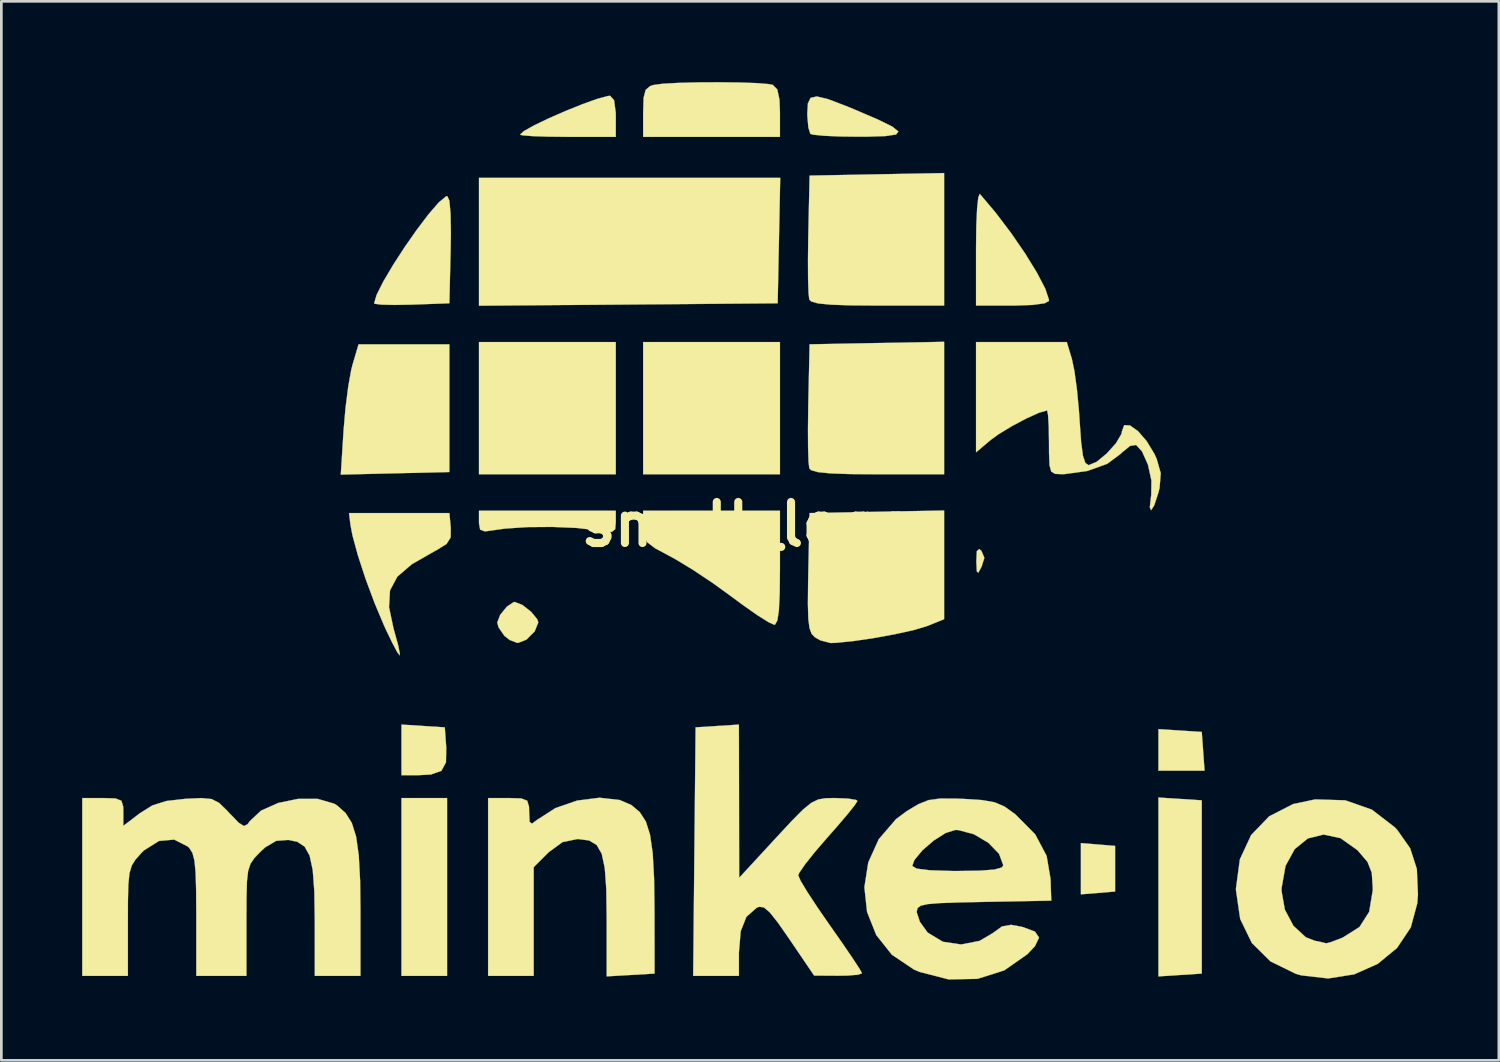
<source format=kicad_pcb>
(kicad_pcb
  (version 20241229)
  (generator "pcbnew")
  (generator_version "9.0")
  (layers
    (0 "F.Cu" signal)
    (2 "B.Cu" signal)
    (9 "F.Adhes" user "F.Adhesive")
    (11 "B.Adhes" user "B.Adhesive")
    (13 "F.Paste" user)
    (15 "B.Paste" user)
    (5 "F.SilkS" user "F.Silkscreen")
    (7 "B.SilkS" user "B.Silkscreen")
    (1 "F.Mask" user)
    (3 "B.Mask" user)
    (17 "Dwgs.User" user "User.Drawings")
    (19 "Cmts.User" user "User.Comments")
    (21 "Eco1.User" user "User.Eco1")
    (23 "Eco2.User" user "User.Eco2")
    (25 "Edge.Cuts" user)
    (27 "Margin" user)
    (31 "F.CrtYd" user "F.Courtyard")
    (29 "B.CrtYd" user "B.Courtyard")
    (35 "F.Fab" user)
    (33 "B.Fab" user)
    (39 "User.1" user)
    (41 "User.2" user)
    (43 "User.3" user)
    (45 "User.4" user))
  (footprint "small_logo"
    (layer "F.Cu")
    (at 24.728 16.425)
    (property "Reference" "small_logo" (at 0 0 0) (layer "F.SilkS") (effects (font (size 1.524 1.524) (thickness 0.3))))
    (attr through_hole)
    (fp_poly (pts (xy -11.176 16.764) (xy -12.869 16.764) (xy -12.869 10.16) (xy -11.176 10.16) (xy -11.176 16.764)) (stroke (width 0.01) (type solid)) (fill yes) (layer "F.SilkS"))
    (fp_poly (pts (xy -4.911 -1.863) (xy -9.991 -1.863) (xy -9.991 -6.773) (xy -4.911 -6.773) (xy -4.911 -1.863)) (stroke (width 0.01) (type solid)) (fill yes) (layer "F.SilkS"))
    (fp_poly (pts (xy 1.185 -1.863) (xy -3.895 -1.863) (xy -3.895 -6.773) (xy 1.185 -6.773) (xy 1.185 -1.863)) (stroke (width 0.01) (type solid)) (fill yes) (layer "F.SilkS"))
    (fp_poly (pts (xy 1.148 -10.541) (xy 1.101 -8.213) (xy -9.991 -8.123) (xy -9.991 -12.869) (xy 1.195 -12.869) (xy 1.148 -10.541)) (stroke (width 0.01) (type solid)) (fill yes) (layer "F.SilkS"))
    (fp_poly (pts (xy 12.996 11.885) (xy 13.631 11.938) (xy 13.631 13.631) (xy 12.361 13.736) (xy 12.361 11.833) (xy 12.996 11.885)) (stroke (width 0.01) (type solid)) (fill yes) (layer "F.SilkS"))
    (fp_poly (pts (xy 16.044 7.653) (xy 16.849 7.705) (xy 16.901 8.424) (xy 16.953 9.144) (xy 15.24 9.144) (xy 15.24 7.601) (xy 16.044 7.653)) (stroke (width 0.01) (type solid)) (fill yes) (layer "F.SilkS"))
    (fp_poly (pts (xy 16.044 10.193) (xy 16.849 10.245) (xy 16.849 16.679) (xy 16.044 16.731) (xy 15.24 16.783) (xy 15.24 10.141) (xy 16.044 10.193)) (stroke (width 0.01) (type solid)) (fill yes) (layer "F.SilkS"))
    (fp_poly (pts (xy -12.065 7.484) (xy -11.261 7.535) (xy -11.207 8.281) (xy -11.217 8.836) (xy -11.388 9.15) (xy -11.782 9.287) (xy -12.234 9.311) (xy -12.869 9.313) (xy -12.869 7.432) (xy -12.065 7.484)) (stroke (width 0.01) (type solid)) (fill yes) (layer "F.SilkS"))
    (fp_poly (pts (xy 8.664 0.977) (xy 8.776 1.238) (xy 8.676 1.561) (xy 8.552 1.79) (xy 8.497 1.75) (xy 8.479 1.406) (xy 8.478 1.363) (xy 8.496 0.993) (xy 8.585 0.915) (xy 8.664 0.977)) (stroke (width 0.01) (type solid)) (fill yes) (layer "F.SilkS"))
    (fp_poly (pts (xy -11.091 -1.947) (xy -13.107 -1.899) (xy -15.123 -1.851) (xy -15.018 -3.508) (xy -14.947 -4.326) (xy -14.848 -5.109) (xy -14.737 -5.733) (xy -14.688 -5.927) (xy -14.463 -6.689) (xy -11.091 -6.689) (xy -11.091 -1.947)) (stroke (width 0.01) (type solid)) (fill yes) (layer "F.SilkS"))
    (fp_poly (pts (xy -8.379 2.99) (xy -8.054 3.245) (xy -7.825 3.524) (xy -7.789 3.638) (xy -7.924 3.974) (xy -8.23 4.277) (xy -8.551 4.403) (xy -8.849 4.292) (xy -9.047 4.137) (xy -9.263 3.825) (xy -9.313 3.641) (xy -9.203 3.356) (xy -8.956 3.054) (xy -8.701 2.884) (xy -8.662 2.879) (xy -8.379 2.99)) (stroke (width 0.01) (type solid)) (fill yes) (layer "F.SilkS"))
    (fp_poly (pts (xy 7.281 -8.128) (xy 4.821 -8.128) (xy 3.794 -8.136) (xy 3.066 -8.162) (xy 2.596 -8.209) (xy 2.344 -8.281) (xy 2.275 -8.349) (xy 2.247 -8.594) (xy 2.23 -9.106) (xy 2.226 -9.813) (xy 2.236 -10.644) (xy 2.238 -10.762) (xy 2.286 -12.954) (xy 4.784 -13.001) (xy 7.281 -13.048) (xy 7.281 -8.128)) (stroke (width 0.01) (type solid)) (fill yes) (layer "F.SilkS"))
    (fp_poly (pts (xy 7.281 -1.863) (xy 4.821 -1.863) (xy 3.794 -1.87) (xy 3.066 -1.896) (xy 2.596 -1.943) (xy 2.344 -2.015) (xy 2.275 -2.083) (xy 2.247 -2.329) (xy 2.23 -2.841) (xy 2.226 -3.548) (xy 2.236 -4.379) (xy 2.238 -4.496) (xy 2.286 -6.689) (xy 4.784 -6.736) (xy 7.281 -6.782) (xy 7.281 -1.863)) (stroke (width 0.01) (type solid)) (fill yes) (layer "F.SilkS"))
    (fp_poly (pts (xy -4.911 -0.083) (xy -4.933 0.178) (xy -5.063 0.278) (xy -5.39 0.255) (xy -5.63 0.214) (xy -6.361 0.13) (xy -7.267 0.092) (xy -8.202 0.099) (xy -9.023 0.154) (xy -9.356 0.201) (xy -9.769 0.258) (xy -9.948 0.193) (xy -9.99 -0.04) (xy -9.991 -0.095) (xy -9.991 -0.508) (xy -4.911 -0.508) (xy -4.911 -0.083)) (stroke (width 0.01) (type solid)) (fill yes) (layer "F.SilkS"))
    (fp_poly (pts (xy -4.975 -15.756) (xy -4.912 -15.285) (xy -4.911 -15.155) (xy -4.911 -14.393) (xy -6.689 -14.393) (xy -7.419 -14.401) (xy -8.003 -14.42) (xy -8.373 -14.449) (xy -8.467 -14.475) (xy -8.321 -14.609) (xy -7.936 -14.824) (xy -7.391 -15.085) (xy -6.766 -15.358) (xy -6.141 -15.61) (xy -5.595 -15.805) (xy -5.208 -15.909) (xy -5.122 -15.917) (xy -4.975 -15.756)) (stroke (width 0.01) (type solid)) (fill yes) (layer "F.SilkS"))
    (fp_poly (pts (xy -0.313 -16.411) (xy 0.336 -16.388) (xy 0.784 -16.351) (xy 0.917 -16.323) (xy 1.087 -16.152) (xy 1.169 -15.763) (xy 1.185 -15.307) (xy 1.185 -14.393) (xy -3.895 -14.393) (xy -3.895 -15.305) (xy -3.878 -15.844) (xy -3.803 -16.137) (xy -3.636 -16.278) (xy -3.514 -16.319) (xy -3.17 -16.365) (xy -2.59 -16.397) (xy -1.863 -16.416) (xy -1.075 -16.42) (xy -0.313 -16.411)) (stroke (width 0.01) (type solid)) (fill yes) (layer "F.SilkS"))
    (fp_poly (pts (xy 8.612 -12.268) (xy 9.192 -11.582) (xy 9.766 -10.824) (xy 10.292 -10.058) (xy 10.729 -9.348) (xy 11.037 -8.757) (xy 11.173 -8.35) (xy 11.176 -8.303) (xy 11.016 -8.213) (xy 10.569 -8.152) (xy 9.887 -8.128) (xy 9.821 -8.128) (xy 8.467 -8.128) (xy 8.467 -10.279) (xy 8.477 -11.091) (xy 8.506 -11.73) (xy 8.55 -12.141) (xy 8.605 -12.274) (xy 8.612 -12.268)) (stroke (width 0.01) (type solid)) (fill yes) (layer "F.SilkS"))
    (fp_poly (pts (xy -11.092 -12.027) (xy -11.047 -11.548) (xy -11.035 -10.778) (xy -11.044 -10.202) (xy -11.091 -8.213) (xy -12.488 -8.163) (xy -13.128 -8.152) (xy -13.613 -8.163) (xy -13.866 -8.195) (xy -13.885 -8.211) (xy -13.792 -8.527) (xy -13.542 -9.024) (xy -13.18 -9.637) (xy -12.749 -10.302) (xy -12.294 -10.952) (xy -11.859 -11.525) (xy -11.488 -11.954) (xy -11.225 -12.175) (xy -11.168 -12.192) (xy -11.092 -12.027)) (stroke (width 0.01) (type solid)) (fill yes) (layer "F.SilkS"))
    (fp_poly (pts (xy 7.281 3.519) (xy 6.633 3.779) (xy 6.162 3.92) (xy 5.472 4.073) (xy 4.68 4.218) (xy 3.906 4.332) (xy 3.268 4.396) (xy 3.068 4.403) (xy 2.689 4.306) (xy 2.482 4.189) (xy 2.362 4.063) (xy 2.283 3.852) (xy 2.238 3.5) (xy 2.223 2.947) (xy 2.231 2.134) (xy 2.238 1.776) (xy 2.286 -0.423) (xy 4.784 -0.47) (xy 7.281 -0.517) (xy 7.281 3.519)) (stroke (width 0.01) (type solid)) (fill yes) (layer "F.SilkS"))
    (fp_poly (pts (xy 2.97 -15.793) (xy 3.619 -15.547) (xy 3.966 -15.404) (xy 4.82 -15.038) (xy 5.358 -14.773) (xy 5.584 -14.593) (xy 5.499 -14.481) (xy 5.108 -14.422) (xy 4.412 -14.4) (xy 4.135 -14.399) (xy 3.405 -14.407) (xy 2.807 -14.434) (xy 2.418 -14.474) (xy 2.314 -14.506) (xy 2.241 -14.735) (xy 2.203 -15.158) (xy 2.201 -15.268) (xy 2.223 -15.634) (xy 2.324 -15.841) (xy 2.556 -15.893) (xy 2.97 -15.793)) (stroke (width 0.01) (type solid)) (fill yes) (layer "F.SilkS"))
    (fp_poly (pts (xy 1.185 1.609) (xy 1.176 2.547) (xy 1.146 3.186) (xy 1.09 3.563) (xy 1.006 3.716) (xy 0.974 3.725) (xy 0.756 3.627) (xy 0.34 3.365) (xy -0.205 2.982) (xy -0.593 2.694) (xy -1.305 2.179) (xy -2.049 1.683) (xy -2.704 1.286) (xy -2.921 1.169) (xy -3.451 0.884) (xy -3.744 0.662) (xy -3.868 0.425) (xy -3.895 0.096) (xy -3.895 0.082) (xy -3.895 -0.508) (xy 1.185 -0.508) (xy 1.185 1.609)) (stroke (width 0.01) (type solid)) (fill yes) (layer "F.SilkS"))
    (fp_poly (pts (xy -11.039 0.118) (xy -11.043 0.48) (xy -11.194 0.723) (xy -11.573 0.959) (xy -11.651 0.999) (xy -12.487 1.478) (xy -13.025 1.941) (xy -13.296 2.451) (xy -13.332 3.073) (xy -13.164 3.868) (xy -13.13 3.987) (xy -12.998 4.465) (xy -12.932 4.787) (xy -12.934 4.863) (xy -13.024 4.747) (xy -13.212 4.393) (xy -13.462 3.873) (xy -13.509 3.77) (xy -13.863 2.932) (xy -14.201 2.024) (xy -14.488 1.147) (xy -14.69 0.403) (xy -14.766 0) (xy -14.817 -0.423) (xy -11.091 -0.423) (xy -11.039 0.118)) (stroke (width 0.01) (type solid)) (fill yes) (layer "F.SilkS"))
    (fp_poly (pts (xy -4.763 10.234) (xy -4.329 10.422) (xy -4.021 10.682) (xy -3.794 11.033) (xy -3.638 11.526) (xy -3.54 12.211) (xy -3.489 13.137) (xy -3.475 14.224) (xy -3.471 16.679) (xy -4.36 16.731) (xy -5.249 16.782) (xy -5.249 14.609) (xy -5.264 13.537) (xy -5.32 12.759) (xy -5.433 12.229) (xy -5.621 11.903) (xy -5.899 11.736) (xy -6.286 11.685) (xy -6.347 11.684) (xy -6.889 11.796) (xy -7.403 12.171) (xy -7.438 12.205) (xy -7.959 12.726) (xy -7.959 16.764) (xy -9.652 16.764) (xy -9.652 10.16) (xy -8.89 10.16) (xy -8.422 10.174) (xy -8.2 10.259) (xy -8.133 10.48) (xy -8.128 10.694) (xy -8.111 11.046) (xy -8.021 11.111) (xy -7.832 10.969) (xy -7.152 10.533) (xy -6.345 10.254) (xy -5.514 10.149) (xy -4.763 10.234)) (stroke (width 0.01) (type solid)) (fill yes) (layer "F.SilkS"))
    (fp_poly (pts (xy -0.334 10.278) (xy -0.33 13.123) (xy 1.036 11.642) (xy 1.618 11.015) (xy 2.033 10.596) (xy 2.342 10.343) (xy 2.607 10.213) (xy 2.891 10.166) (xy 3.233 10.16) (xy 3.711 10.18) (xy 4.011 10.23) (xy 4.064 10.268) (xy 3.958 10.432) (xy 3.673 10.787) (xy 3.258 11.272) (xy 2.963 11.606) (xy 2.492 12.152) (xy 2.121 12.617) (xy 1.901 12.938) (xy 1.863 13.032) (xy 1.956 13.24) (xy 2.21 13.661) (xy 2.586 14.233) (xy 3.045 14.897) (xy 3.048 14.901) (xy 3.506 15.554) (xy 3.881 16.104) (xy 4.136 16.494) (xy 4.233 16.668) (xy 4.233 16.669) (xy 4.081 16.721) (xy 3.688 16.753) (xy 3.344 16.758) (xy 2.455 16.753) (xy 1.544 15.41) (xy 1.108 14.784) (xy 0.804 14.402) (xy 0.588 14.221) (xy 0.414 14.197) (xy 0.32 14.234) (xy -0.06 14.569) (xy -0.272 15.105) (xy -0.339 15.901) (xy -0.339 15.906) (xy -0.339 16.764) (xy -2.037 16.764) (xy -1.992 12.15) (xy -1.947 7.535) (xy -1.143 7.484) (xy -0.339 7.432) (xy -0.334 10.278)) (stroke (width 0.01) (type solid)) (fill yes) (layer "F.SilkS"))
    (fp_poly (pts (xy 22.18 10.245) (xy 23.167 10.592) (xy 24.018 11.247) (xy 24.11 11.345) (xy 24.589 12.028) (xy 24.837 12.798) (xy 24.877 13.744) (xy 24.852 14.071) (xy 24.609 14.968) (xy 24.1 15.728) (xy 23.382 16.318) (xy 22.511 16.706) (xy 21.546 16.859) (xy 20.541 16.744) (xy 20.341 16.686) (xy 19.402 16.227) (xy 18.708 15.541) (xy 18.276 14.651) (xy 18.124 13.61) (xy 19.812 13.61) (xy 19.933 14.302) (xy 20.254 14.907) (xy 20.712 15.329) (xy 21.045 15.46) (xy 21.36 15.526) (xy 21.468 15.556) (xy 21.639 15.512) (xy 21.999 15.376) (xy 22.081 15.343) (xy 22.705 14.951) (xy 23.067 14.383) (xy 23.197 13.594) (xy 23.199 13.492) (xy 23.162 12.931) (xy 23.003 12.531) (xy 22.652 12.119) (xy 22.623 12.09) (xy 22 11.649) (xy 21.371 11.515) (xy 20.788 11.66) (xy 20.3 12.057) (xy 19.959 12.68) (xy 19.814 13.5) (xy 19.812 13.61) (xy 18.124 13.61) (xy 18.119 13.576) (xy 18.119 13.521) (xy 18.264 12.437) (xy 18.684 11.533) (xy 19.352 10.839) (xy 20.245 10.382) (xy 21.062 10.211) (xy 22.18 10.245)) (stroke (width 0.01) (type solid)) (fill yes) (layer "F.SilkS"))
    (fp_poly (pts (xy 12.028 -6.138) (xy 12.122 -5.686) (xy 12.214 -5.011) (xy 12.288 -4.226) (xy 12.313 -3.852) (xy 12.369 -3.057) (xy 12.437 -2.55) (xy 12.526 -2.282) (xy 12.648 -2.201) (xy 12.651 -2.201) (xy 12.948 -2.327) (xy 13.319 -2.633) (xy 13.66 -3.011) (xy 13.865 -3.356) (xy 13.885 -3.458) (xy 13.969 -3.688) (xy 14.185 -3.676) (xy 14.479 -3.466) (xy 14.799 -3.1) (xy 15.09 -2.62) (xy 15.175 -2.434) (xy 15.326 -1.902) (xy 15.283 -1.361) (xy 15.238 -1.179) (xy 15.084 -0.71) (xy 14.969 -0.527) (xy 14.92 -0.639) (xy 14.967 -1.056) (xy 14.973 -1.092) (xy 14.98 -1.631) (xy 14.852 -2.217) (xy 14.631 -2.712) (xy 14.411 -2.952) (xy 14.188 -2.916) (xy 13.887 -2.674) (xy 13.843 -2.626) (xy 13.335 -2.25) (xy 12.601 -1.986) (xy 11.75 -1.869) (xy 11.642 -1.867) (xy 11.399 -1.878) (xy 11.259 -1.964) (xy 11.195 -2.201) (xy 11.177 -2.661) (xy 11.176 -3.048) (xy 11.167 -3.632) (xy 11.142 -4.056) (xy 11.108 -4.232) (xy 11.105 -4.233) (xy 10.81 -4.15) (xy 10.34 -3.938) (xy 9.803 -3.654) (xy 9.309 -3.354) (xy 9.016 -3.141) (xy 8.467 -2.679) (xy 8.467 -6.773) (xy 11.837 -6.773) (xy 12.028 -6.138)) (stroke (width 0.01) (type solid)) (fill yes) (layer "F.SilkS"))
    (fp_poly (pts (xy 7.741 10.182) (xy 7.986 10.191) (xy 8.684 10.235) (xy 9.157 10.318) (xy 9.523 10.475) (xy 9.894 10.74) (xy 9.933 10.771) (xy 10.665 11.509) (xy 11.089 12.309) (xy 11.233 13.164) (xy 11.261 13.97) (xy 8.763 14.017) (xy 7.796 14.037) (xy 7.117 14.062) (xy 6.675 14.098) (xy 6.42 14.155) (xy 6.301 14.239) (xy 6.267 14.358) (xy 6.265 14.406) (xy 6.38 14.755) (xy 6.658 15.14) (xy 6.681 15.163) (xy 7.234 15.497) (xy 7.914 15.598) (xy 8.599 15.464) (xy 9.08 15.181) (xy 9.434 14.927) (xy 9.77 14.868) (xy 10.19 14.947) (xy 10.656 15.119) (xy 10.807 15.343) (xy 10.652 15.664) (xy 10.372 15.961) (xy 9.513 16.56) (xy 8.52 16.874) (xy 7.451 16.895) (xy 6.367 16.616) (xy 6.154 16.524) (xy 5.34 15.977) (xy 4.761 15.246) (xy 4.42 14.39) (xy 4.321 13.471) (xy 4.444 12.683) (xy 6.096 12.683) (xy 6.263 12.781) (xy 6.762 12.843) (xy 7.586 12.869) (xy 7.789 12.869) (xy 8.62 12.857) (xy 9.151 12.815) (xy 9.423 12.74) (xy 9.479 12.658) (xy 9.321 12.23) (xy 8.925 11.822) (xy 8.39 11.505) (xy 7.813 11.35) (xy 7.699 11.345) (xy 7.338 11.457) (xy 6.897 11.737) (xy 6.476 12.1) (xy 6.178 12.46) (xy 6.096 12.683) (xy 4.444 12.683) (xy 4.465 12.55) (xy 4.855 11.688) (xy 5.494 10.945) (xy 5.892 10.647) (xy 6.332 10.385) (xy 6.705 10.237) (xy 7.134 10.178) (xy 7.741 10.182)) (stroke (width 0.01) (type solid)) (fill yes) (layer "F.SilkS"))
    (fp_poly (pts (xy -23.492 10.174) (xy -23.27 10.26) (xy -23.203 10.477) (xy -23.199 10.677) (xy -23.199 11.193) (xy -22.586 10.726) (xy -22.118 10.433) (xy -21.595 10.269) (xy -20.891 10.189) (xy -20.296 10.161) (xy -19.92 10.198) (xy -19.644 10.338) (xy -19.352 10.621) (xy -19.254 10.726) (xy -18.915 11.077) (xy -18.717 11.201) (xy -18.58 11.129) (xy -18.509 11.026) (xy -18.085 10.628) (xy -17.447 10.343) (xy -16.708 10.191) (xy -15.979 10.192) (xy -15.372 10.368) (xy -15.26 10.436) (xy -14.945 10.716) (xy -14.713 11.085) (xy -14.554 11.593) (xy -14.455 12.293) (xy -14.405 13.234) (xy -14.393 14.303) (xy -14.393 16.764) (xy -16.087 16.764) (xy -16.089 14.69) (xy -16.106 13.617) (xy -16.165 12.835) (xy -16.279 12.3) (xy -16.465 11.965) (xy -16.737 11.784) (xy -17.066 11.715) (xy -17.523 11.749) (xy -17.932 11.992) (xy -18.121 12.168) (xy -18.333 12.39) (xy -18.476 12.599) (xy -18.563 12.864) (xy -18.608 13.256) (xy -18.624 13.845) (xy -18.627 14.701) (xy -18.627 16.764) (xy -20.489 16.764) (xy -20.489 14.504) (xy -20.495 13.569) (xy -20.515 12.913) (xy -20.558 12.477) (xy -20.631 12.2) (xy -20.741 12.022) (xy -20.799 11.964) (xy -21.309 11.703) (xy -21.873 11.753) (xy -22.432 12.104) (xy -22.538 12.21) (xy -22.746 12.444) (xy -22.885 12.666) (xy -22.969 12.947) (xy -23.012 13.36) (xy -23.027 13.975) (xy -23.029 14.75) (xy -23.029 16.764) (xy -24.723 16.764) (xy -24.723 10.16) (xy -23.961 10.16) (xy -23.492 10.174)) (stroke (width 0.01) (type solid)) (fill yes) (layer "F.SilkS")))
  (gr_rect
    (start -3 -3)
    (end 52.61 36.326)
    (stroke (width 0.1) (type default))
    (fill no)
    (layer "Edge.Cuts")))
</source>
